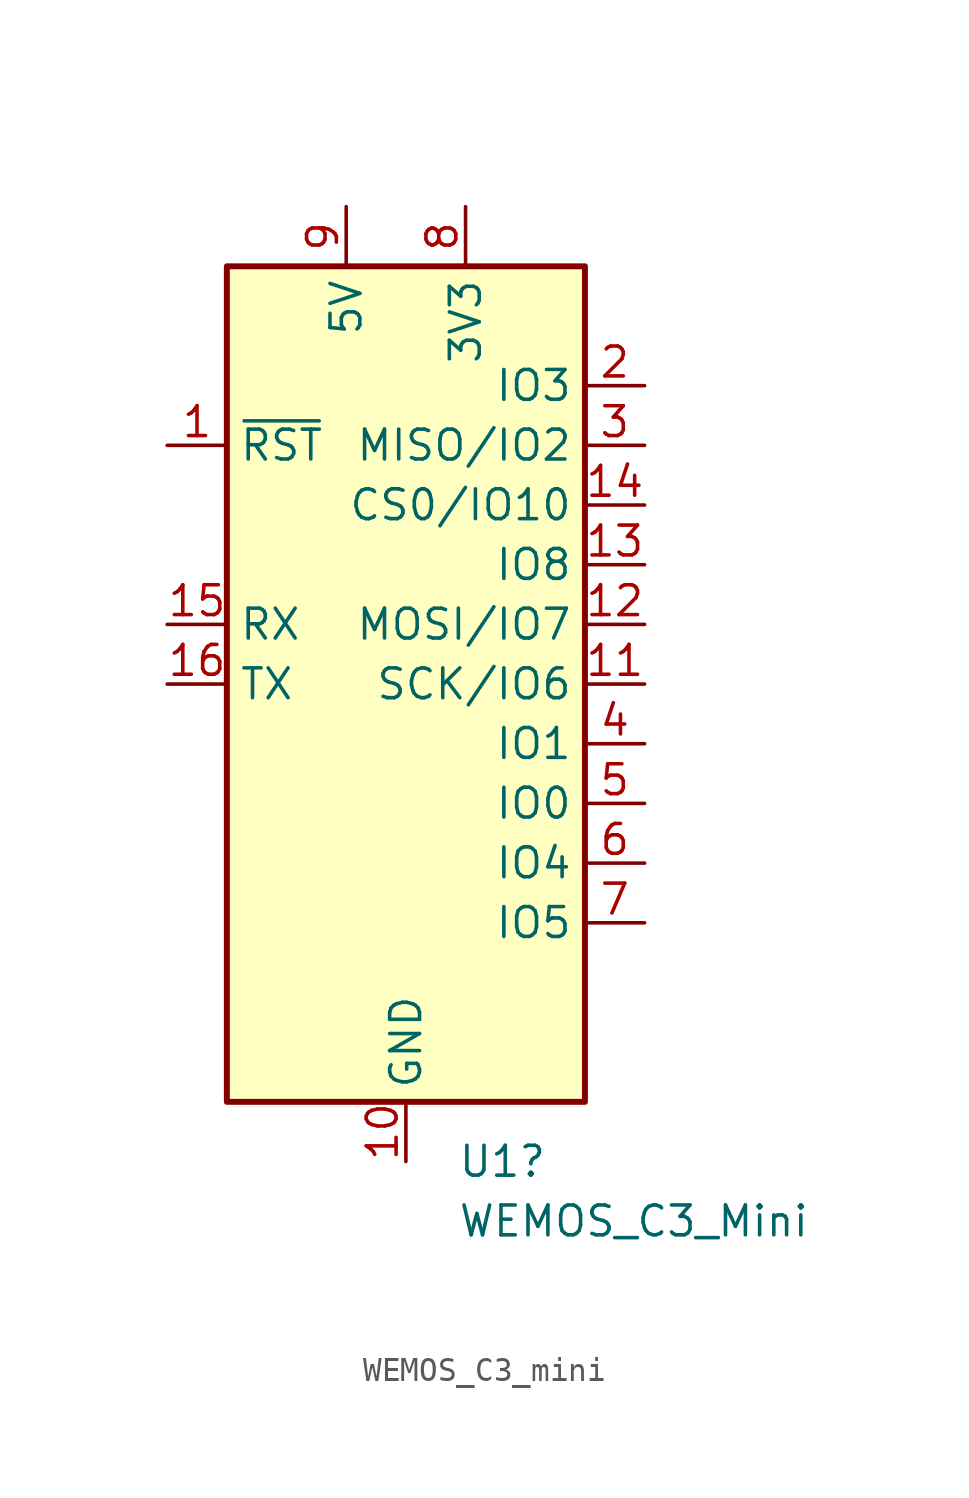
<source format=kicad_sym>
(kicad_symbol_lib
  (version 20231120)
  (generator "kicad_symbol_editor")
  (generator_version "8.0")
  (symbol "WEMOS_C3_mini"
    (property "Reference" "U1"
      (at 2.194 -20.32 0)
      (effects (font (size 1.27 1.27)) (justify left)))
    (property "Value" "WEMOS_C3_Mini"
      (at 2.194 -22.86 0)
      (effects (font (size 1.27 1.27)) (justify left)))
    (symbol "WEMOS_C3_mini_1_1"
      (rectangle (start -7.62 17.78) (end 7.62 -17.78) (stroke (width 0.254) (type default)) (fill (type background)))
      (pin input line (at -10.16 10.16 0) (length 2.54) (name "~{RST}" (effects (font (size 1.27 1.27)))) (number "1" (effects (font (size 1.27 1.27)))))
      (pin power_in line (at 0 -20.32 90) (length 2.54) (name "GND" (effects (font (size 1.27 1.27)))) (number "10" (effects (font (size 1.27 1.27)))))
      (pin bidirectional line (at 10.16 0 180) (length 2.54) (name "SCK/IO6" (effects (font (size 1.27 1.27)))) (number "11" (effects (font (size 1.27 1.27)))))
      (pin bidirectional line (at 10.16 2.54 180) (length 2.54) (name "MOSI/IO7" (effects (font (size 1.27 1.27)))) (number "12" (effects (font (size 1.27 1.27)))))
      (pin bidirectional line (at 10.16 5.08 180) (length 2.54) (name "IO8" (effects (font (size 1.27 1.27)))) (number "13" (effects (font (size 1.27 1.27)))))
      (pin bidirectional line (at 10.16 7.62 180) (length 2.54) (name "CS0/IO10" (effects (font (size 1.27 1.27)))) (number "14" (effects (font (size 1.27 1.27)))))
      (pin input line (at -10.16 2.54 0) (length 2.54) (name "RX" (effects (font (size 1.27 1.27)))) (number "15" (effects (font (size 1.27 1.27)))))
      (pin output line (at -10.16 0 0) (length 2.54) (name "TX" (effects (font (size 1.27 1.27)))) (number "16" (effects (font (size 1.27 1.27)))))
      (pin input line (at 10.16 12.7 180) (length 2.54) (name "IO3" (effects (font (size 1.27 1.27)))) (number "2" (effects (font (size 1.27 1.27)))))
      (pin bidirectional line (at 10.16 10.16 180) (length 2.54) (name "MISO/IO2" (effects (font (size 1.27 1.27)))) (number "3" (effects (font (size 1.27 1.27)))))
      (pin bidirectional line (at 10.16 -2.54 180) (length 2.54) (name "IO1" (effects (font (size 1.27 1.27)))) (number "4" (effects (font (size 1.27 1.27)))))
      (pin bidirectional line (at 10.16 -5.08 180) (length 2.54) (name "IO0" (effects (font (size 1.27 1.27)))) (number "5" (effects (font (size 1.27 1.27)))))
      (pin bidirectional line (at 10.16 -7.62 180) (length 2.54) (name "IO4" (effects (font (size 1.27 1.27)))) (number "6" (effects (font (size 1.27 1.27)))))
      (pin bidirectional line (at 10.16 -10.16 180) (length 2.54) (name "IO5" (effects (font (size 1.27 1.27)))) (number "7" (effects (font (size 1.27 1.27)))))
      (pin power_out line (at 2.54 20.32 270) (length 2.54) (name "3V3" (effects (font (size 1.27 1.27)))) (number "8" (effects (font (size 1.27 1.27)))))
      (pin power_in line (at -2.54 20.32 270) (length 2.54) (name "5V" (effects (font (size 1.27 1.27)))) (number "9" (effects (font (size 1.27 1.27))))))))
</source>
